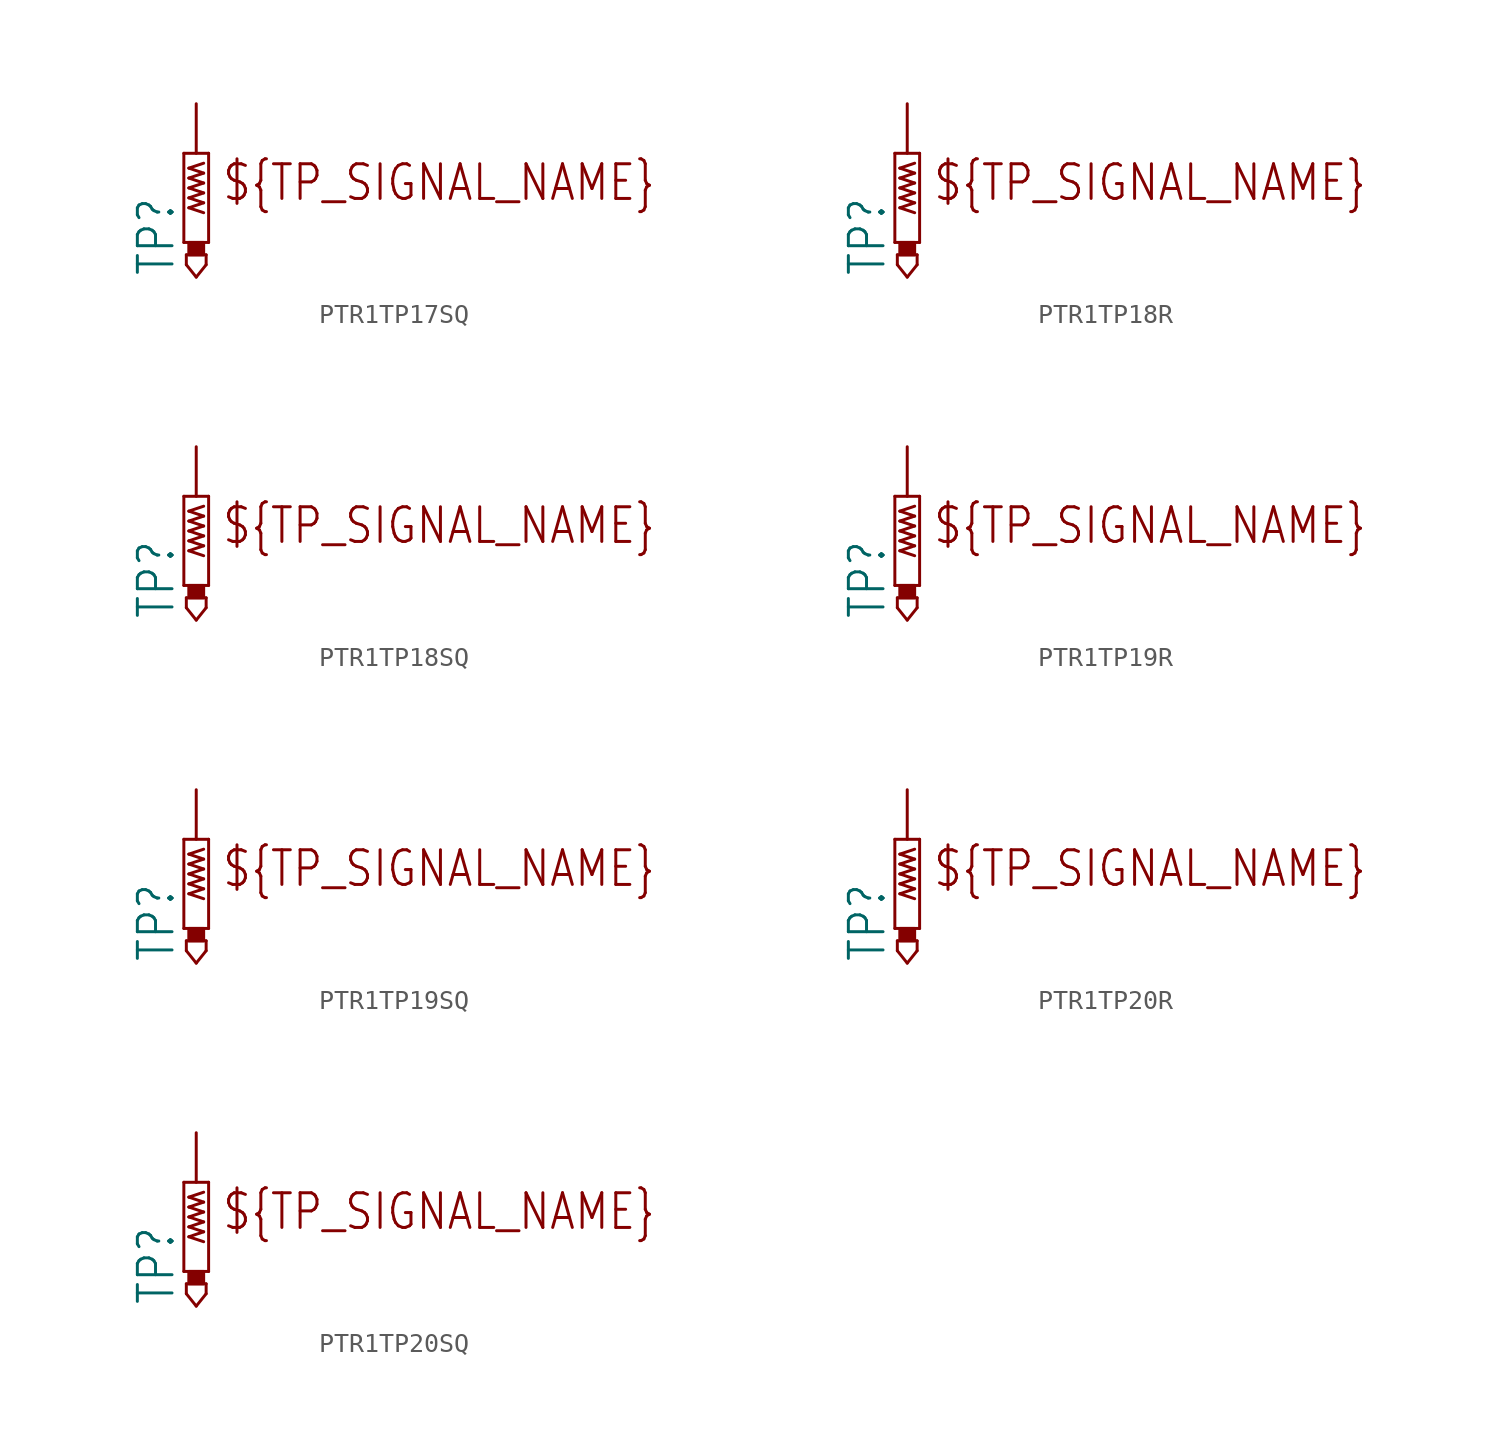
<source format=kicad_sym>
(kicad_symbol_lib
  (version 20231120)
  (generator "kicad_symbol_editor")
  (generator_version "8.0")
  (symbol "PTR1TP17SQ"
    (property "Reference" "TP"
      (at -1.016 -6.35 90)
      (effects (font (size 1.778 1.511)) (justify left bottom)))
    (property "ki_locked" ""
      (at 0 0 0)
      (effects (font (size 1.27 1.27))))
    (symbol "PTR1TP17SQ_1_0"
      (rectangle (start -0.381 -5.207) (end 0.381 -4.572) (stroke (width 0) (type default)) (fill (type outline)))
      (polyline (pts (xy -0.635 0) (xy -0.635 -4.572)) (stroke (width 0.152) (type solid)) (fill (type none)))
      (polyline (pts (xy -0.508 -5.715) (xy 0 -6.35)) (stroke (width 0.152) (type solid)) (fill (type none)))
      (polyline (pts (xy -0.508 -5.207) (xy -0.508 -5.715)) (stroke (width 0.152) (type solid)) (fill (type none)))
      (polyline (pts (xy -0.381 -2.794) (xy 0.381 -2.54)) (stroke (width 0.152) (type solid)) (fill (type none)))
      (polyline (pts (xy -0.381 -2.286) (xy 0.381 -2.032)) (stroke (width 0.152) (type solid)) (fill (type none)))
      (polyline (pts (xy -0.381 -1.778) (xy 0.381 -1.524)) (stroke (width 0.152) (type solid)) (fill (type none)))
      (polyline (pts (xy -0.381 -1.27) (xy 0.381 -1.016)) (stroke (width 0.152) (type solid)) (fill (type none)))
      (polyline (pts (xy -0.381 -0.762) (xy 0.381 -0.508)) (stroke (width 0.152) (type solid)) (fill (type none)))
      (polyline (pts (xy 0 -6.35) (xy 0.508 -5.715)) (stroke (width 0.152) (type solid)) (fill (type none)))
      (polyline (pts (xy 0.381 -3.048) (xy -0.381 -2.794)) (stroke (width 0.152) (type solid)) (fill (type none)))
      (polyline (pts (xy 0.381 -2.54) (xy -0.381 -2.286)) (stroke (width 0.152) (type solid)) (fill (type none)))
      (polyline (pts (xy 0.381 -2.032) (xy -0.381 -1.778)) (stroke (width 0.152) (type solid)) (fill (type none)))
      (polyline (pts (xy 0.381 -1.524) (xy -0.381 -1.27)) (stroke (width 0.152) (type solid)) (fill (type none)))
      (polyline (pts (xy 0.381 -1.016) (xy -0.381 -0.762)) (stroke (width 0.152) (type solid)) (fill (type none)))
      (polyline (pts (xy 0.508 -5.715) (xy 0.508 -5.207)) (stroke (width 0.152) (type solid)) (fill (type none)))
      (polyline (pts (xy 0.508 -5.207) (xy -0.508 -5.207)) (stroke (width 0.152) (type solid)) (fill (type none)))
      (polyline (pts (xy 0.635 -4.572) (xy -0.635 -4.572)) (stroke (width 0.152) (type solid)) (fill (type none)))
      (polyline (pts (xy 0.635 -4.572) (xy 0.635 0)) (stroke (width 0.152) (type solid)) (fill (type none)))
      (polyline (pts (xy 0.635 0) (xy -0.635 0)) (stroke (width 0.152) (type solid)) (fill (type none)))
      (text "${TP_SIGNAL_NAME}" (at 1.27 -2.54 0) (effects (font (size 1.778 1.511)) (justify left bottom)))
      (pin input line (at 0 2.54 270) (length 2.54) (name "TP" (effects (font (size 0 0)))) (number "TP" (effects (font (size 0 0)))))))
  (symbol "PTR1TP18R"
    (property "Reference" "TP"
      (at -1.016 -6.35 90)
      (effects (font (size 1.778 1.511)) (justify left bottom)))
    (property "ki_locked" ""
      (at 0 0 0)
      (effects (font (size 1.27 1.27))))
    (symbol "PTR1TP18R_1_0"
      (rectangle (start -0.381 -5.207) (end 0.381 -4.572) (stroke (width 0) (type default)) (fill (type outline)))
      (polyline (pts (xy -0.635 0) (xy -0.635 -4.572)) (stroke (width 0.152) (type solid)) (fill (type none)))
      (polyline (pts (xy -0.508 -5.715) (xy 0 -6.35)) (stroke (width 0.152) (type solid)) (fill (type none)))
      (polyline (pts (xy -0.508 -5.207) (xy -0.508 -5.715)) (stroke (width 0.152) (type solid)) (fill (type none)))
      (polyline (pts (xy -0.381 -2.794) (xy 0.381 -2.54)) (stroke (width 0.152) (type solid)) (fill (type none)))
      (polyline (pts (xy -0.381 -2.286) (xy 0.381 -2.032)) (stroke (width 0.152) (type solid)) (fill (type none)))
      (polyline (pts (xy -0.381 -1.778) (xy 0.381 -1.524)) (stroke (width 0.152) (type solid)) (fill (type none)))
      (polyline (pts (xy -0.381 -1.27) (xy 0.381 -1.016)) (stroke (width 0.152) (type solid)) (fill (type none)))
      (polyline (pts (xy -0.381 -0.762) (xy 0.381 -0.508)) (stroke (width 0.152) (type solid)) (fill (type none)))
      (polyline (pts (xy 0 -6.35) (xy 0.508 -5.715)) (stroke (width 0.152) (type solid)) (fill (type none)))
      (polyline (pts (xy 0.381 -3.048) (xy -0.381 -2.794)) (stroke (width 0.152) (type solid)) (fill (type none)))
      (polyline (pts (xy 0.381 -2.54) (xy -0.381 -2.286)) (stroke (width 0.152) (type solid)) (fill (type none)))
      (polyline (pts (xy 0.381 -2.032) (xy -0.381 -1.778)) (stroke (width 0.152) (type solid)) (fill (type none)))
      (polyline (pts (xy 0.381 -1.524) (xy -0.381 -1.27)) (stroke (width 0.152) (type solid)) (fill (type none)))
      (polyline (pts (xy 0.381 -1.016) (xy -0.381 -0.762)) (stroke (width 0.152) (type solid)) (fill (type none)))
      (polyline (pts (xy 0.508 -5.715) (xy 0.508 -5.207)) (stroke (width 0.152) (type solid)) (fill (type none)))
      (polyline (pts (xy 0.508 -5.207) (xy -0.508 -5.207)) (stroke (width 0.152) (type solid)) (fill (type none)))
      (polyline (pts (xy 0.635 -4.572) (xy -0.635 -4.572)) (stroke (width 0.152) (type solid)) (fill (type none)))
      (polyline (pts (xy 0.635 -4.572) (xy 0.635 0)) (stroke (width 0.152) (type solid)) (fill (type none)))
      (polyline (pts (xy 0.635 0) (xy -0.635 0)) (stroke (width 0.152) (type solid)) (fill (type none)))
      (text "${TP_SIGNAL_NAME}" (at 1.27 -2.54 0) (effects (font (size 1.778 1.511)) (justify left bottom)))
      (pin input line (at 0 2.54 270) (length 2.54) (name "TP" (effects (font (size 0 0)))) (number "TP" (effects (font (size 0 0)))))))
  (symbol "PTR1TP18SQ"
    (property "Reference" "TP"
      (at -1.016 -6.35 90)
      (effects (font (size 1.778 1.511)) (justify left bottom)))
    (property "ki_locked" ""
      (at 0 0 0)
      (effects (font (size 1.27 1.27))))
    (symbol "PTR1TP18SQ_1_0"
      (rectangle (start -0.381 -5.207) (end 0.381 -4.572) (stroke (width 0) (type default)) (fill (type outline)))
      (polyline (pts (xy -0.635 0) (xy -0.635 -4.572)) (stroke (width 0.152) (type solid)) (fill (type none)))
      (polyline (pts (xy -0.508 -5.715) (xy 0 -6.35)) (stroke (width 0.152) (type solid)) (fill (type none)))
      (polyline (pts (xy -0.508 -5.207) (xy -0.508 -5.715)) (stroke (width 0.152) (type solid)) (fill (type none)))
      (polyline (pts (xy -0.381 -2.794) (xy 0.381 -2.54)) (stroke (width 0.152) (type solid)) (fill (type none)))
      (polyline (pts (xy -0.381 -2.286) (xy 0.381 -2.032)) (stroke (width 0.152) (type solid)) (fill (type none)))
      (polyline (pts (xy -0.381 -1.778) (xy 0.381 -1.524)) (stroke (width 0.152) (type solid)) (fill (type none)))
      (polyline (pts (xy -0.381 -1.27) (xy 0.381 -1.016)) (stroke (width 0.152) (type solid)) (fill (type none)))
      (polyline (pts (xy -0.381 -0.762) (xy 0.381 -0.508)) (stroke (width 0.152) (type solid)) (fill (type none)))
      (polyline (pts (xy 0 -6.35) (xy 0.508 -5.715)) (stroke (width 0.152) (type solid)) (fill (type none)))
      (polyline (pts (xy 0.381 -3.048) (xy -0.381 -2.794)) (stroke (width 0.152) (type solid)) (fill (type none)))
      (polyline (pts (xy 0.381 -2.54) (xy -0.381 -2.286)) (stroke (width 0.152) (type solid)) (fill (type none)))
      (polyline (pts (xy 0.381 -2.032) (xy -0.381 -1.778)) (stroke (width 0.152) (type solid)) (fill (type none)))
      (polyline (pts (xy 0.381 -1.524) (xy -0.381 -1.27)) (stroke (width 0.152) (type solid)) (fill (type none)))
      (polyline (pts (xy 0.381 -1.016) (xy -0.381 -0.762)) (stroke (width 0.152) (type solid)) (fill (type none)))
      (polyline (pts (xy 0.508 -5.715) (xy 0.508 -5.207)) (stroke (width 0.152) (type solid)) (fill (type none)))
      (polyline (pts (xy 0.508 -5.207) (xy -0.508 -5.207)) (stroke (width 0.152) (type solid)) (fill (type none)))
      (polyline (pts (xy 0.635 -4.572) (xy -0.635 -4.572)) (stroke (width 0.152) (type solid)) (fill (type none)))
      (polyline (pts (xy 0.635 -4.572) (xy 0.635 0)) (stroke (width 0.152) (type solid)) (fill (type none)))
      (polyline (pts (xy 0.635 0) (xy -0.635 0)) (stroke (width 0.152) (type solid)) (fill (type none)))
      (text "${TP_SIGNAL_NAME}" (at 1.27 -2.54 0) (effects (font (size 1.778 1.511)) (justify left bottom)))
      (pin input line (at 0 2.54 270) (length 2.54) (name "TP" (effects (font (size 0 0)))) (number "TP" (effects (font (size 0 0)))))))
  (symbol "PTR1TP19R"
    (property "Reference" "TP"
      (at -1.016 -6.35 90)
      (effects (font (size 1.778 1.511)) (justify left bottom)))
    (property "ki_locked" ""
      (at 0 0 0)
      (effects (font (size 1.27 1.27))))
    (symbol "PTR1TP19R_1_0"
      (rectangle (start -0.381 -5.207) (end 0.381 -4.572) (stroke (width 0) (type default)) (fill (type outline)))
      (polyline (pts (xy -0.635 0) (xy -0.635 -4.572)) (stroke (width 0.152) (type solid)) (fill (type none)))
      (polyline (pts (xy -0.508 -5.715) (xy 0 -6.35)) (stroke (width 0.152) (type solid)) (fill (type none)))
      (polyline (pts (xy -0.508 -5.207) (xy -0.508 -5.715)) (stroke (width 0.152) (type solid)) (fill (type none)))
      (polyline (pts (xy -0.381 -2.794) (xy 0.381 -2.54)) (stroke (width 0.152) (type solid)) (fill (type none)))
      (polyline (pts (xy -0.381 -2.286) (xy 0.381 -2.032)) (stroke (width 0.152) (type solid)) (fill (type none)))
      (polyline (pts (xy -0.381 -1.778) (xy 0.381 -1.524)) (stroke (width 0.152) (type solid)) (fill (type none)))
      (polyline (pts (xy -0.381 -1.27) (xy 0.381 -1.016)) (stroke (width 0.152) (type solid)) (fill (type none)))
      (polyline (pts (xy -0.381 -0.762) (xy 0.381 -0.508)) (stroke (width 0.152) (type solid)) (fill (type none)))
      (polyline (pts (xy 0 -6.35) (xy 0.508 -5.715)) (stroke (width 0.152) (type solid)) (fill (type none)))
      (polyline (pts (xy 0.381 -3.048) (xy -0.381 -2.794)) (stroke (width 0.152) (type solid)) (fill (type none)))
      (polyline (pts (xy 0.381 -2.54) (xy -0.381 -2.286)) (stroke (width 0.152) (type solid)) (fill (type none)))
      (polyline (pts (xy 0.381 -2.032) (xy -0.381 -1.778)) (stroke (width 0.152) (type solid)) (fill (type none)))
      (polyline (pts (xy 0.381 -1.524) (xy -0.381 -1.27)) (stroke (width 0.152) (type solid)) (fill (type none)))
      (polyline (pts (xy 0.381 -1.016) (xy -0.381 -0.762)) (stroke (width 0.152) (type solid)) (fill (type none)))
      (polyline (pts (xy 0.508 -5.715) (xy 0.508 -5.207)) (stroke (width 0.152) (type solid)) (fill (type none)))
      (polyline (pts (xy 0.508 -5.207) (xy -0.508 -5.207)) (stroke (width 0.152) (type solid)) (fill (type none)))
      (polyline (pts (xy 0.635 -4.572) (xy -0.635 -4.572)) (stroke (width 0.152) (type solid)) (fill (type none)))
      (polyline (pts (xy 0.635 -4.572) (xy 0.635 0)) (stroke (width 0.152) (type solid)) (fill (type none)))
      (polyline (pts (xy 0.635 0) (xy -0.635 0)) (stroke (width 0.152) (type solid)) (fill (type none)))
      (text "${TP_SIGNAL_NAME}" (at 1.27 -2.54 0) (effects (font (size 1.778 1.511)) (justify left bottom)))
      (pin input line (at 0 2.54 270) (length 2.54) (name "TP" (effects (font (size 0 0)))) (number "TP" (effects (font (size 0 0)))))))
  (symbol "PTR1TP19SQ"
    (property "Reference" "TP"
      (at -1.016 -6.35 90)
      (effects (font (size 1.778 1.511)) (justify left bottom)))
    (property "ki_locked" ""
      (at 0 0 0)
      (effects (font (size 1.27 1.27))))
    (symbol "PTR1TP19SQ_1_0"
      (rectangle (start -0.381 -5.207) (end 0.381 -4.572) (stroke (width 0) (type default)) (fill (type outline)))
      (polyline (pts (xy -0.635 0) (xy -0.635 -4.572)) (stroke (width 0.152) (type solid)) (fill (type none)))
      (polyline (pts (xy -0.508 -5.715) (xy 0 -6.35)) (stroke (width 0.152) (type solid)) (fill (type none)))
      (polyline (pts (xy -0.508 -5.207) (xy -0.508 -5.715)) (stroke (width 0.152) (type solid)) (fill (type none)))
      (polyline (pts (xy -0.381 -2.794) (xy 0.381 -2.54)) (stroke (width 0.152) (type solid)) (fill (type none)))
      (polyline (pts (xy -0.381 -2.286) (xy 0.381 -2.032)) (stroke (width 0.152) (type solid)) (fill (type none)))
      (polyline (pts (xy -0.381 -1.778) (xy 0.381 -1.524)) (stroke (width 0.152) (type solid)) (fill (type none)))
      (polyline (pts (xy -0.381 -1.27) (xy 0.381 -1.016)) (stroke (width 0.152) (type solid)) (fill (type none)))
      (polyline (pts (xy -0.381 -0.762) (xy 0.381 -0.508)) (stroke (width 0.152) (type solid)) (fill (type none)))
      (polyline (pts (xy 0 -6.35) (xy 0.508 -5.715)) (stroke (width 0.152) (type solid)) (fill (type none)))
      (polyline (pts (xy 0.381 -3.048) (xy -0.381 -2.794)) (stroke (width 0.152) (type solid)) (fill (type none)))
      (polyline (pts (xy 0.381 -2.54) (xy -0.381 -2.286)) (stroke (width 0.152) (type solid)) (fill (type none)))
      (polyline (pts (xy 0.381 -2.032) (xy -0.381 -1.778)) (stroke (width 0.152) (type solid)) (fill (type none)))
      (polyline (pts (xy 0.381 -1.524) (xy -0.381 -1.27)) (stroke (width 0.152) (type solid)) (fill (type none)))
      (polyline (pts (xy 0.381 -1.016) (xy -0.381 -0.762)) (stroke (width 0.152) (type solid)) (fill (type none)))
      (polyline (pts (xy 0.508 -5.715) (xy 0.508 -5.207)) (stroke (width 0.152) (type solid)) (fill (type none)))
      (polyline (pts (xy 0.508 -5.207) (xy -0.508 -5.207)) (stroke (width 0.152) (type solid)) (fill (type none)))
      (polyline (pts (xy 0.635 -4.572) (xy -0.635 -4.572)) (stroke (width 0.152) (type solid)) (fill (type none)))
      (polyline (pts (xy 0.635 -4.572) (xy 0.635 0)) (stroke (width 0.152) (type solid)) (fill (type none)))
      (polyline (pts (xy 0.635 0) (xy -0.635 0)) (stroke (width 0.152) (type solid)) (fill (type none)))
      (text "${TP_SIGNAL_NAME}" (at 1.27 -2.54 0) (effects (font (size 1.778 1.511)) (justify left bottom)))
      (pin input line (at 0 2.54 270) (length 2.54) (name "TP" (effects (font (size 0 0)))) (number "TP" (effects (font (size 0 0)))))))
  (symbol "PTR1TP20R"
    (property "Reference" "TP"
      (at -1.016 -6.35 90)
      (effects (font (size 1.778 1.511)) (justify left bottom)))
    (property "ki_locked" ""
      (at 0 0 0)
      (effects (font (size 1.27 1.27))))
    (symbol "PTR1TP20R_1_0"
      (rectangle (start -0.381 -5.207) (end 0.381 -4.572) (stroke (width 0) (type default)) (fill (type outline)))
      (polyline (pts (xy -0.635 0) (xy -0.635 -4.572)) (stroke (width 0.152) (type solid)) (fill (type none)))
      (polyline (pts (xy -0.508 -5.715) (xy 0 -6.35)) (stroke (width 0.152) (type solid)) (fill (type none)))
      (polyline (pts (xy -0.508 -5.207) (xy -0.508 -5.715)) (stroke (width 0.152) (type solid)) (fill (type none)))
      (polyline (pts (xy -0.381 -2.794) (xy 0.381 -2.54)) (stroke (width 0.152) (type solid)) (fill (type none)))
      (polyline (pts (xy -0.381 -2.286) (xy 0.381 -2.032)) (stroke (width 0.152) (type solid)) (fill (type none)))
      (polyline (pts (xy -0.381 -1.778) (xy 0.381 -1.524)) (stroke (width 0.152) (type solid)) (fill (type none)))
      (polyline (pts (xy -0.381 -1.27) (xy 0.381 -1.016)) (stroke (width 0.152) (type solid)) (fill (type none)))
      (polyline (pts (xy -0.381 -0.762) (xy 0.381 -0.508)) (stroke (width 0.152) (type solid)) (fill (type none)))
      (polyline (pts (xy 0 -6.35) (xy 0.508 -5.715)) (stroke (width 0.152) (type solid)) (fill (type none)))
      (polyline (pts (xy 0.381 -3.048) (xy -0.381 -2.794)) (stroke (width 0.152) (type solid)) (fill (type none)))
      (polyline (pts (xy 0.381 -2.54) (xy -0.381 -2.286)) (stroke (width 0.152) (type solid)) (fill (type none)))
      (polyline (pts (xy 0.381 -2.032) (xy -0.381 -1.778)) (stroke (width 0.152) (type solid)) (fill (type none)))
      (polyline (pts (xy 0.381 -1.524) (xy -0.381 -1.27)) (stroke (width 0.152) (type solid)) (fill (type none)))
      (polyline (pts (xy 0.381 -1.016) (xy -0.381 -0.762)) (stroke (width 0.152) (type solid)) (fill (type none)))
      (polyline (pts (xy 0.508 -5.715) (xy 0.508 -5.207)) (stroke (width 0.152) (type solid)) (fill (type none)))
      (polyline (pts (xy 0.508 -5.207) (xy -0.508 -5.207)) (stroke (width 0.152) (type solid)) (fill (type none)))
      (polyline (pts (xy 0.635 -4.572) (xy -0.635 -4.572)) (stroke (width 0.152) (type solid)) (fill (type none)))
      (polyline (pts (xy 0.635 -4.572) (xy 0.635 0)) (stroke (width 0.152) (type solid)) (fill (type none)))
      (polyline (pts (xy 0.635 0) (xy -0.635 0)) (stroke (width 0.152) (type solid)) (fill (type none)))
      (text "${TP_SIGNAL_NAME}" (at 1.27 -2.54 0) (effects (font (size 1.778 1.511)) (justify left bottom)))
      (pin input line (at 0 2.54 270) (length 2.54) (name "TP" (effects (font (size 0 0)))) (number "TP" (effects (font (size 0 0)))))))
  (symbol "PTR1TP20SQ"
    (property "Reference" "TP"
      (at -1.016 -6.35 90)
      (effects (font (size 1.778 1.511)) (justify left bottom)))
    (property "ki_locked" ""
      (at 0 0 0)
      (effects (font (size 1.27 1.27))))
    (symbol "PTR1TP20SQ_1_0"
      (rectangle (start -0.381 -5.207) (end 0.381 -4.572) (stroke (width 0) (type default)) (fill (type outline)))
      (polyline (pts (xy -0.635 0) (xy -0.635 -4.572)) (stroke (width 0.152) (type solid)) (fill (type none)))
      (polyline (pts (xy -0.508 -5.715) (xy 0 -6.35)) (stroke (width 0.152) (type solid)) (fill (type none)))
      (polyline (pts (xy -0.508 -5.207) (xy -0.508 -5.715)) (stroke (width 0.152) (type solid)) (fill (type none)))
      (polyline (pts (xy -0.381 -2.794) (xy 0.381 -2.54)) (stroke (width 0.152) (type solid)) (fill (type none)))
      (polyline (pts (xy -0.381 -2.286) (xy 0.381 -2.032)) (stroke (width 0.152) (type solid)) (fill (type none)))
      (polyline (pts (xy -0.381 -1.778) (xy 0.381 -1.524)) (stroke (width 0.152) (type solid)) (fill (type none)))
      (polyline (pts (xy -0.381 -1.27) (xy 0.381 -1.016)) (stroke (width 0.152) (type solid)) (fill (type none)))
      (polyline (pts (xy -0.381 -0.762) (xy 0.381 -0.508)) (stroke (width 0.152) (type solid)) (fill (type none)))
      (polyline (pts (xy 0 -6.35) (xy 0.508 -5.715)) (stroke (width 0.152) (type solid)) (fill (type none)))
      (polyline (pts (xy 0.381 -3.048) (xy -0.381 -2.794)) (stroke (width 0.152) (type solid)) (fill (type none)))
      (polyline (pts (xy 0.381 -2.54) (xy -0.381 -2.286)) (stroke (width 0.152) (type solid)) (fill (type none)))
      (polyline (pts (xy 0.381 -2.032) (xy -0.381 -1.778)) (stroke (width 0.152) (type solid)) (fill (type none)))
      (polyline (pts (xy 0.381 -1.524) (xy -0.381 -1.27)) (stroke (width 0.152) (type solid)) (fill (type none)))
      (polyline (pts (xy 0.381 -1.016) (xy -0.381 -0.762)) (stroke (width 0.152) (type solid)) (fill (type none)))
      (polyline (pts (xy 0.508 -5.715) (xy 0.508 -5.207)) (stroke (width 0.152) (type solid)) (fill (type none)))
      (polyline (pts (xy 0.508 -5.207) (xy -0.508 -5.207)) (stroke (width 0.152) (type solid)) (fill (type none)))
      (polyline (pts (xy 0.635 -4.572) (xy -0.635 -4.572)) (stroke (width 0.152) (type solid)) (fill (type none)))
      (polyline (pts (xy 0.635 -4.572) (xy 0.635 0)) (stroke (width 0.152) (type solid)) (fill (type none)))
      (polyline (pts (xy 0.635 0) (xy -0.635 0)) (stroke (width 0.152) (type solid)) (fill (type none)))
      (text "${TP_SIGNAL_NAME}" (at 1.27 -2.54 0) (effects (font (size 1.778 1.511)) (justify left bottom)))
      (pin input line (at 0 2.54 270) (length 2.54) (name "TP" (effects (font (size 0 0)))) (number "TP" (effects (font (size 0 0))))))))
</source>
